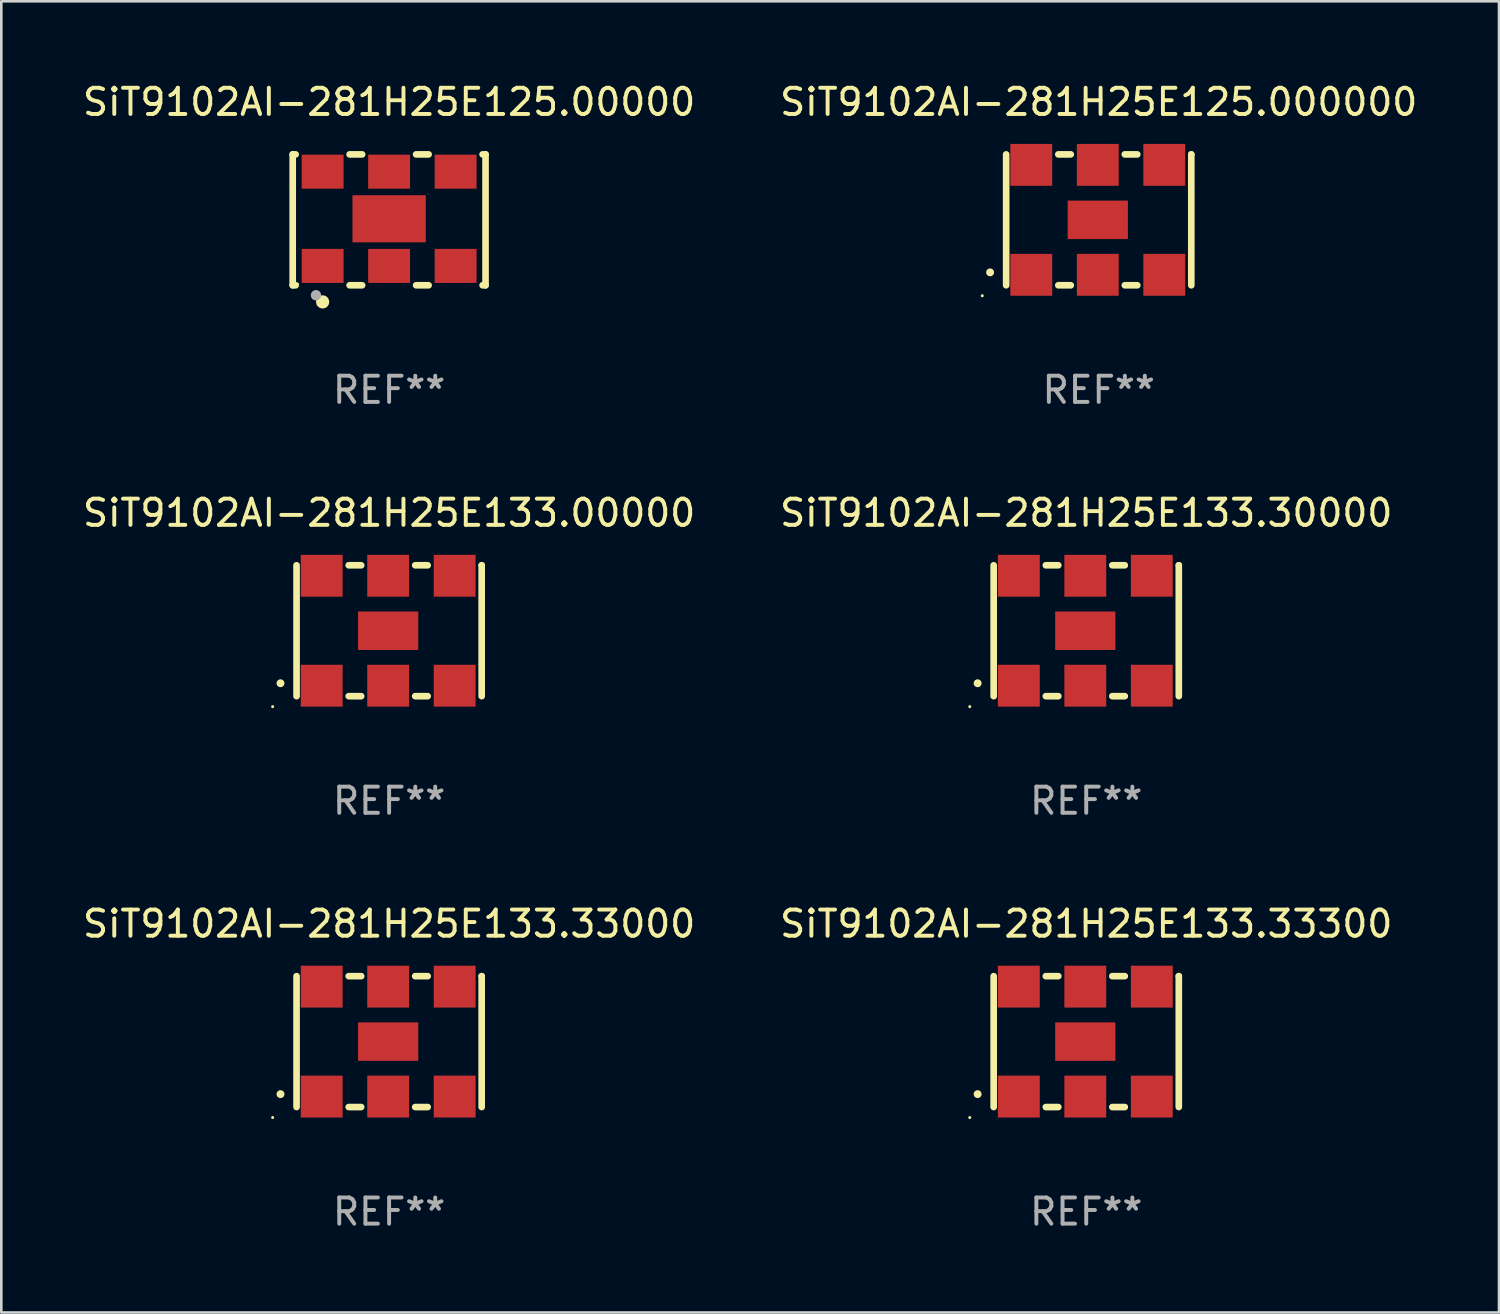
<source format=kicad_pcb>
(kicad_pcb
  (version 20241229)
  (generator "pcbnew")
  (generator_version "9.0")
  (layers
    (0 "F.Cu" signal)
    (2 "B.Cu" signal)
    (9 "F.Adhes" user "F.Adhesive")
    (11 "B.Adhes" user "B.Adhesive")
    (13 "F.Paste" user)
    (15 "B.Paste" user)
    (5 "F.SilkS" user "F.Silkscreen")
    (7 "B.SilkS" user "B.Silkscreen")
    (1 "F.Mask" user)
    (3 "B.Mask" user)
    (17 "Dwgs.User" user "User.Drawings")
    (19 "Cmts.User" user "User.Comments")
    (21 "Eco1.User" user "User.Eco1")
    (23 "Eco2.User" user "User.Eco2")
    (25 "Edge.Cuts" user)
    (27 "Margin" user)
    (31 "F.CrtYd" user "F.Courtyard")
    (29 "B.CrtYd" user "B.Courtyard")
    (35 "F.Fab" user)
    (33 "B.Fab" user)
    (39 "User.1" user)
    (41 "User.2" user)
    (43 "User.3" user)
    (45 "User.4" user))
  (footprint "SiT9102AI-281H25E133.30000"
    (layer "F.Cu")
    (at 38.446 21.045)
    (property "Reference" "SiT9102AI-281H25E133.30000" (at 0 -4.5 0) (layer "F.SilkS") (effects (font (size 1 1) (thickness 0.15))))
    (attr through_hole)
    (fp_line (start -3.536 -2.5) (end -3.536 2.5) (stroke (width 0.254) (type solid)) (layer "F.SilkS"))
    (fp_line (start -1.544 2.5) (end -1.067 2.5) (stroke (width 0.254) (type solid)) (layer "F.SilkS"))
    (fp_line (start -1.067 -2.5) (end -1.544 -2.5) (stroke (width 0.254) (type solid)) (layer "F.SilkS"))
    (fp_line (start 0.996 2.5) (end 1.473 2.5) (stroke (width 0.254) (type solid)) (layer "F.SilkS"))
    (fp_line (start 1.473 -2.5) (end 0.996 -2.5) (stroke (width 0.254) (type solid)) (layer "F.SilkS"))
    (fp_line (start 3.536 -2.5) (end 3.536 -2.5) (stroke (width 0.254) (type solid)) (layer "F.SilkS"))
    (fp_line (start 3.536 2.5) (end 3.536 -2.5) (stroke (width 0.254) (type solid)) (layer "F.SilkS"))
    (fp_arc (start -4.150432 2.006604) (mid -4.149162 2.006599) (end -4.147892 2.006604) (stroke (width 0.3) (type solid)) (layer "F.SilkS"))
    (fp_circle (center -4.449 2.9) (end -4.419 2.9) (stroke (width 0.06) (type solid)) (fill no) (layer "F.SilkS"))
    (fp_text user "REF**" (at 0 6.5 0) (layer "F.Fab") (effects (font (size 1 1) (thickness 0.15))))
    (pad "1" smd rect (at -2.576 2.1) (size 1.6 1.6) (layers "F.Cu" "F.Mask" "F.Paste"))
    (pad "2" smd rect (at -0.036 2.1) (size 1.6 1.6) (layers "F.Cu" "F.Mask" "F.Paste"))
    (pad "3" smd rect (at 2.504 2.1) (size 1.6 1.6) (layers "F.Cu" "F.Mask" "F.Paste"))
    (pad "4" smd rect (at 2.504 -2.1) (size 1.6 1.6) (layers "F.Cu" "F.Mask" "F.Paste"))
    (pad "5" smd rect (at -0.036 -2.1) (size 1.6 1.6) (layers "F.Cu" "F.Mask" "F.Paste"))
    (pad "6" smd rect (at -2.576 -2.1) (size 1.6 1.6) (layers "F.Cu" "F.Mask" "F.Paste"))
    (pad "7" smd rect (at -0.036 0) (size 2.3 1.47) (layers "F.Cu" "F.Mask" "F.Paste")))
  (footprint "SiT9102AI-281H25E125.000000"
    (layer "F.Cu")
    (at 38.923 5.348)
    (property "Reference" "SiT9102AI-281H25E125.000000" (at 0 -4.5 0) (layer "F.SilkS") (effects (font (size 1 1) (thickness 0.15))))
    (attr through_hole)
    (fp_line (start -3.536 -2.5) (end -3.536 2.5) (stroke (width 0.254) (type solid)) (layer "F.SilkS"))
    (fp_line (start -1.544 2.5) (end -1.067 2.5) (stroke (width 0.254) (type solid)) (layer "F.SilkS"))
    (fp_line (start -1.067 -2.5) (end -1.544 -2.5) (stroke (width 0.254) (type solid)) (layer "F.SilkS"))
    (fp_line (start 0.996 2.5) (end 1.473 2.5) (stroke (width 0.254) (type solid)) (layer "F.SilkS"))
    (fp_line (start 1.473 -2.5) (end 0.996 -2.5) (stroke (width 0.254) (type solid)) (layer "F.SilkS"))
    (fp_line (start 3.536 -2.5) (end 3.536 -2.5) (stroke (width 0.254) (type solid)) (layer "F.SilkS"))
    (fp_line (start 3.536 2.5) (end 3.536 -2.5) (stroke (width 0.254) (type solid)) (layer "F.SilkS"))
    (fp_arc (start -4.150432 2.006604) (mid -4.149162 2.006599) (end -4.147892 2.006604) (stroke (width 0.3) (type solid)) (layer "F.SilkS"))
    (fp_circle (center -4.449 2.9) (end -4.419 2.9) (stroke (width 0.06) (type solid)) (fill no) (layer "F.SilkS"))
    (fp_text user "REF**" (at 0 6.5 0) (layer "F.Fab") (effects (font (size 1 1) (thickness 0.15))))
    (pad "1" smd rect (at -2.576 2.1) (size 1.6 1.6) (layers "F.Cu" "F.Mask" "F.Paste"))
    (pad "2" smd rect (at -0.036 2.1) (size 1.6 1.6) (layers "F.Cu" "F.Mask" "F.Paste"))
    (pad "3" smd rect (at 2.504 2.1) (size 1.6 1.6) (layers "F.Cu" "F.Mask" "F.Paste"))
    (pad "4" smd rect (at 2.504 -2.1) (size 1.6 1.6) (layers "F.Cu" "F.Mask" "F.Paste"))
    (pad "5" smd rect (at -0.036 -2.1) (size 1.6 1.6) (layers "F.Cu" "F.Mask" "F.Paste"))
    (pad "6" smd rect (at -2.576 -2.1) (size 1.6 1.6) (layers "F.Cu" "F.Mask" "F.Paste"))
    (pad "7" smd rect (at -0.036 0) (size 2.3 1.47) (layers "F.Cu" "F.Mask" "F.Paste")))
  (footprint "SiT9102AI-281H25E125.00000"
    (layer "F.Cu")
    (at 11.815 5.348)
    (property "Reference" "SiT9102AI-281H25E125.00000" (at 0 -4.5 0) (layer "F.SilkS") (effects (font (size 1 1) (thickness 0.15))))
    (attr through_hole)
    (fp_line (start -3.683 -2.5) (end -3.571 -2.5) (stroke (width 0.254) (type solid)) (layer "F.SilkS"))
    (fp_line (start -3.683 2.5) (end -3.683 -2.5) (stroke (width 0.254) (type solid)) (layer "F.SilkS"))
    (fp_line (start -3.683 2.5) (end -3.571 2.5) (stroke (width 0.254) (type solid)) (layer "F.SilkS"))
    (fp_line (start -1.509 -2.5) (end -1.031 -2.5) (stroke (width 0.254) (type solid)) (layer "F.SilkS"))
    (fp_line (start -1.509 2.5) (end -1.031 2.5) (stroke (width 0.254) (type solid)) (layer "F.SilkS"))
    (fp_line (start 1.031 -2.5) (end 1.509 -2.5) (stroke (width 0.254) (type solid)) (layer "F.SilkS"))
    (fp_line (start 1.031 2.5) (end 1.509 2.5) (stroke (width 0.254) (type solid)) (layer "F.SilkS"))
    (fp_line (start 3.571 -2.5) (end 3.683 -2.5) (stroke (width 0.254) (type solid)) (layer "F.SilkS"))
    (fp_line (start 3.571 2.5) (end 3.683 2.5) (stroke (width 0.254) (type solid)) (layer "F.SilkS"))
    (fp_line (start 3.683 2.5) (end 3.683 -2.5) (stroke (width 0.254) (type solid)) (layer "F.SilkS"))
    (fp_circle (center -3.5 2.46) (end -3.47 2.46) (stroke (width 0.06) (type solid)) (fill no) (layer "F.SilkS"))
    (fp_circle (center -2.54 3.135) (end -2.413 3.135) (stroke (width 0.254) (type solid)) (fill no) (layer "F.SilkS"))
    (fp_circle (center -2.794 2.881) (end -2.694 2.881) (stroke (width 0.2) (type solid)) (fill no) (layer "F.Fab"))
    (fp_text user "REF**" (at 0 6.5 0) (layer "F.Fab") (effects (font (size 1 1) (thickness 0.15))))
    (pad "1" smd rect (at -2.54 1.76) (size 1.6 1.3) (layers "F.Cu" "F.Mask" "F.Paste"))
    (pad "2" smd rect (at 0 1.76) (size 1.6 1.3) (layers "F.Cu" "F.Mask" "F.Paste"))
    (pad "3" smd rect (at 2.54 1.76) (size 1.6 1.3) (layers "F.Cu" "F.Mask" "F.Paste"))
    (pad "4" smd rect (at 2.54 -1.84) (size 1.6 1.3) (layers "F.Cu" "F.Mask" "F.Paste"))
    (pad "5" smd rect (at 0 -1.84) (size 1.6 1.3) (layers "F.Cu" "F.Mask" "F.Paste"))
    (pad "6" smd rect (at -2.54 -1.84) (size 1.6 1.3) (layers "F.Cu" "F.Mask" "F.Paste"))
    (pad "7" smd rect (at 0 -0.04) (size 2.8 1.8) (layers "F.Cu" "F.Mask" "F.Paste")))
  (footprint "SiT9102AI-281H25E133.00000"
    (layer "F.Cu")
    (at 11.815 21.045)
    (property "Reference" "SiT9102AI-281H25E133.00000" (at 0 -4.5 0) (layer "F.SilkS") (effects (font (size 1 1) (thickness 0.15))))
    (attr through_hole)
    (fp_line (start -3.536 -2.5) (end -3.536 2.5) (stroke (width 0.254) (type solid)) (layer "F.SilkS"))
    (fp_line (start -1.544 2.5) (end -1.067 2.5) (stroke (width 0.254) (type solid)) (layer "F.SilkS"))
    (fp_line (start -1.067 -2.5) (end -1.544 -2.5) (stroke (width 0.254) (type solid)) (layer "F.SilkS"))
    (fp_line (start 0.996 2.5) (end 1.473 2.5) (stroke (width 0.254) (type solid)) (layer "F.SilkS"))
    (fp_line (start 1.473 -2.5) (end 0.996 -2.5) (stroke (width 0.254) (type solid)) (layer "F.SilkS"))
    (fp_line (start 3.536 -2.5) (end 3.536 -2.5) (stroke (width 0.254) (type solid)) (layer "F.SilkS"))
    (fp_line (start 3.536 2.5) (end 3.536 -2.5) (stroke (width 0.254) (type solid)) (layer "F.SilkS"))
    (fp_arc (start -4.150432 2.006604) (mid -4.149162 2.006599) (end -4.147892 2.006604) (stroke (width 0.3) (type solid)) (layer "F.SilkS"))
    (fp_circle (center -4.449 2.9) (end -4.419 2.9) (stroke (width 0.06) (type solid)) (fill no) (layer "F.SilkS"))
    (fp_text user "REF**" (at 0 6.5 0) (layer "F.Fab") (effects (font (size 1 1) (thickness 0.15))))
    (pad "1" smd rect (at -2.576 2.1) (size 1.6 1.6) (layers "F.Cu" "F.Mask" "F.Paste"))
    (pad "2" smd rect (at -0.036 2.1) (size 1.6 1.6) (layers "F.Cu" "F.Mask" "F.Paste"))
    (pad "3" smd rect (at 2.504 2.1) (size 1.6 1.6) (layers "F.Cu" "F.Mask" "F.Paste"))
    (pad "4" smd rect (at 2.504 -2.1) (size 1.6 1.6) (layers "F.Cu" "F.Mask" "F.Paste"))
    (pad "5" smd rect (at -0.036 -2.1) (size 1.6 1.6) (layers "F.Cu" "F.Mask" "F.Paste"))
    (pad "6" smd rect (at -2.576 -2.1) (size 1.6 1.6) (layers "F.Cu" "F.Mask" "F.Paste"))
    (pad "7" smd rect (at -0.036 0) (size 2.3 1.47) (layers "F.Cu" "F.Mask" "F.Paste")))
  (footprint "SiT9102AI-281H25E133.33300"
    (layer "F.Cu")
    (at 38.446 36.741)
    (property "Reference" "SiT9102AI-281H25E133.33300" (at 0 -4.5 0) (layer "F.SilkS") (effects (font (size 1 1) (thickness 0.15))))
    (attr through_hole)
    (fp_line (start -3.536 -2.5) (end -3.536 2.5) (stroke (width 0.254) (type solid)) (layer "F.SilkS"))
    (fp_line (start -1.544 2.5) (end -1.067 2.5) (stroke (width 0.254) (type solid)) (layer "F.SilkS"))
    (fp_line (start -1.067 -2.5) (end -1.544 -2.5) (stroke (width 0.254) (type solid)) (layer "F.SilkS"))
    (fp_line (start 0.996 2.5) (end 1.473 2.5) (stroke (width 0.254) (type solid)) (layer "F.SilkS"))
    (fp_line (start 1.473 -2.5) (end 0.996 -2.5) (stroke (width 0.254) (type solid)) (layer "F.SilkS"))
    (fp_line (start 3.536 -2.5) (end 3.536 -2.5) (stroke (width 0.254) (type solid)) (layer "F.SilkS"))
    (fp_line (start 3.536 2.5) (end 3.536 -2.5) (stroke (width 0.254) (type solid)) (layer "F.SilkS"))
    (fp_arc (start -4.150432 2.006604) (mid -4.149162 2.006599) (end -4.147892 2.006604) (stroke (width 0.3) (type solid)) (layer "F.SilkS"))
    (fp_circle (center -4.449 2.9) (end -4.419 2.9) (stroke (width 0.06) (type solid)) (fill no) (layer "F.SilkS"))
    (fp_text user "REF**" (at 0 6.5 0) (layer "F.Fab") (effects (font (size 1 1) (thickness 0.15))))
    (pad "1" smd rect (at -2.576 2.1) (size 1.6 1.6) (layers "F.Cu" "F.Mask" "F.Paste"))
    (pad "2" smd rect (at -0.036 2.1) (size 1.6 1.6) (layers "F.Cu" "F.Mask" "F.Paste"))
    (pad "3" smd rect (at 2.504 2.1) (size 1.6 1.6) (layers "F.Cu" "F.Mask" "F.Paste"))
    (pad "4" smd rect (at 2.504 -2.1) (size 1.6 1.6) (layers "F.Cu" "F.Mask" "F.Paste"))
    (pad "5" smd rect (at -0.036 -2.1) (size 1.6 1.6) (layers "F.Cu" "F.Mask" "F.Paste"))
    (pad "6" smd rect (at -2.576 -2.1) (size 1.6 1.6) (layers "F.Cu" "F.Mask" "F.Paste"))
    (pad "7" smd rect (at -0.036 0) (size 2.3 1.47) (layers "F.Cu" "F.Mask" "F.Paste")))
  (footprint "SiT9102AI-281H25E133.33000"
    (layer "F.Cu")
    (at 11.815 36.741)
    (property "Reference" "SiT9102AI-281H25E133.33000" (at 0 -4.5 0) (layer "F.SilkS") (effects (font (size 1 1) (thickness 0.15))))
    (attr through_hole)
    (fp_line (start -3.536 -2.5) (end -3.536 2.5) (stroke (width 0.254) (type solid)) (layer "F.SilkS"))
    (fp_line (start -1.544 2.5) (end -1.067 2.5) (stroke (width 0.254) (type solid)) (layer "F.SilkS"))
    (fp_line (start -1.067 -2.5) (end -1.544 -2.5) (stroke (width 0.254) (type solid)) (layer "F.SilkS"))
    (fp_line (start 0.996 2.5) (end 1.473 2.5) (stroke (width 0.254) (type solid)) (layer "F.SilkS"))
    (fp_line (start 1.473 -2.5) (end 0.996 -2.5) (stroke (width 0.254) (type solid)) (layer "F.SilkS"))
    (fp_line (start 3.536 -2.5) (end 3.536 -2.5) (stroke (width 0.254) (type solid)) (layer "F.SilkS"))
    (fp_line (start 3.536 2.5) (end 3.536 -2.5) (stroke (width 0.254) (type solid)) (layer "F.SilkS"))
    (fp_arc (start -4.150432 2.006604) (mid -4.149162 2.006599) (end -4.147892 2.006604) (stroke (width 0.3) (type solid)) (layer "F.SilkS"))
    (fp_circle (center -4.449 2.9) (end -4.419 2.9) (stroke (width 0.06) (type solid)) (fill no) (layer "F.SilkS"))
    (fp_text user "REF**" (at 0 6.5 0) (layer "F.Fab") (effects (font (size 1 1) (thickness 0.15))))
    (pad "1" smd rect (at -2.576 2.1) (size 1.6 1.6) (layers "F.Cu" "F.Mask" "F.Paste"))
    (pad "2" smd rect (at -0.036 2.1) (size 1.6 1.6) (layers "F.Cu" "F.Mask" "F.Paste"))
    (pad "3" smd rect (at 2.504 2.1) (size 1.6 1.6) (layers "F.Cu" "F.Mask" "F.Paste"))
    (pad "4" smd rect (at 2.504 -2.1) (size 1.6 1.6) (layers "F.Cu" "F.Mask" "F.Paste"))
    (pad "5" smd rect (at -0.036 -2.1) (size 1.6 1.6) (layers "F.Cu" "F.Mask" "F.Paste"))
    (pad "6" smd rect (at -2.576 -2.1) (size 1.6 1.6) (layers "F.Cu" "F.Mask" "F.Paste"))
    (pad "7" smd rect (at -0.036 0) (size 2.3 1.47) (layers "F.Cu" "F.Mask" "F.Paste")))
  (gr_rect
    (start -3 -3)
    (end 54.214 47.09)
    (stroke (width 0.1) (type default))
    (fill no)
    (layer "Edge.Cuts")))
</source>
